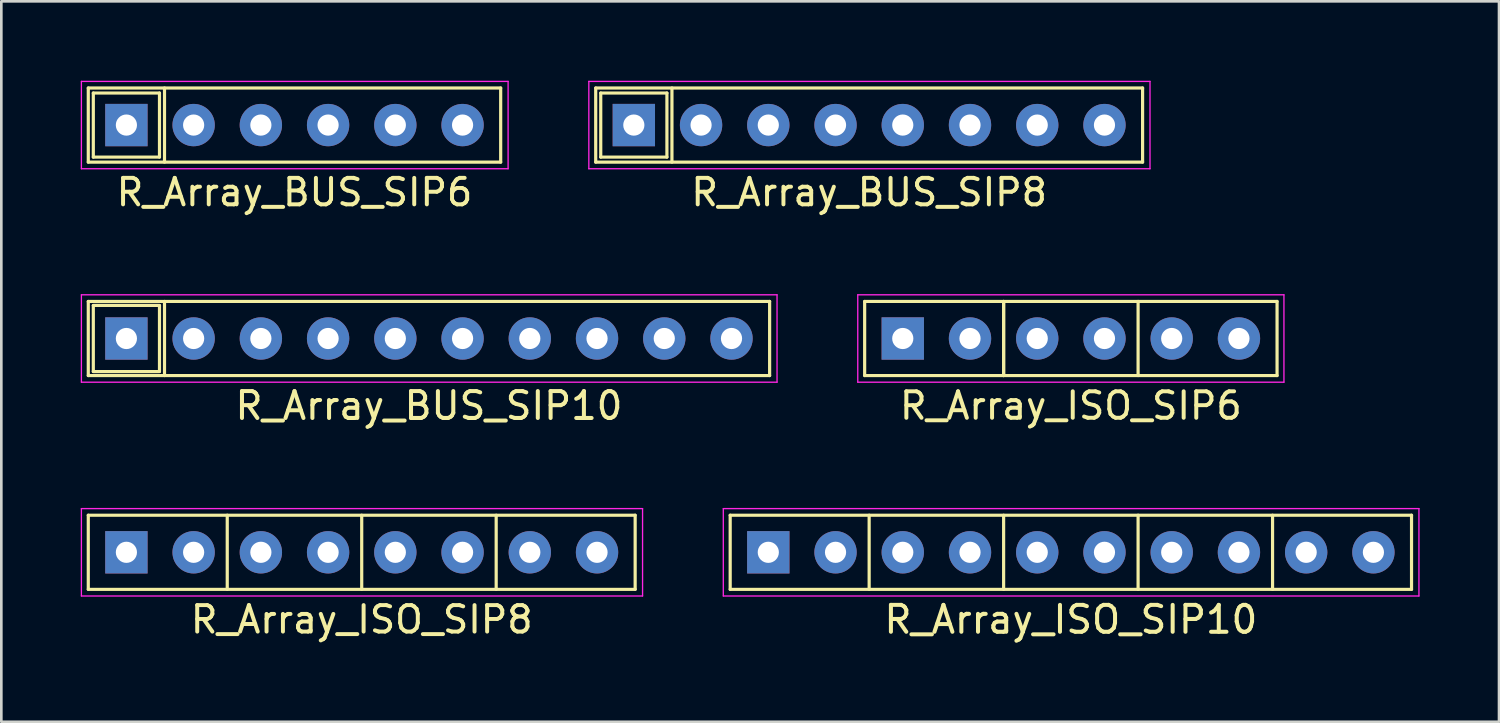
<source format=kicad_pcb>
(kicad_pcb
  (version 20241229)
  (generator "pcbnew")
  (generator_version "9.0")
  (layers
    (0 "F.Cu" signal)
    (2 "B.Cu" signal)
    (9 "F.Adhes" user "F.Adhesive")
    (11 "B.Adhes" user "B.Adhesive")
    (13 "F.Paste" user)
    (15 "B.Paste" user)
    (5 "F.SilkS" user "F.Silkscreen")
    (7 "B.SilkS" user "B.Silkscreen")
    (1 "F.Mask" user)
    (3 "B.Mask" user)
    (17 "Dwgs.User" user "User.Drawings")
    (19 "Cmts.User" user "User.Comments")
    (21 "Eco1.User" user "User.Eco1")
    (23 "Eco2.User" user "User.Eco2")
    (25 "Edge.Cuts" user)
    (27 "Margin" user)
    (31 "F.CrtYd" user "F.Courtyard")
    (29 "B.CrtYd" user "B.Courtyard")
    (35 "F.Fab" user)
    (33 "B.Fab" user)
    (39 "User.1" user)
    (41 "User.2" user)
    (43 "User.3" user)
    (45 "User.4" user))
  (footprint "R_Array_ISO_SIP6"
    (layer "F.Cu")
    (at 37.405 9.738)
    (property "Reference" "R_Array_ISO_SIP6" (at 0 2.54 0) (layer "F.SilkS") (effects (font (size 1 1) (thickness 0.15))))
    (attr through_hole)
    (fp_line (start -7.79 -1.4) (end -7.79 1.4) (stroke (width 0.12) (type solid)) (layer "F.SilkS"))
    (fp_line (start -7.79 1.4) (end 7.79 1.4) (stroke (width 0.12) (type solid)) (layer "F.SilkS"))
    (fp_line (start -2.54 -1.4) (end -2.54 1.4) (stroke (width 0.12) (type solid)) (layer "F.SilkS"))
    (fp_line (start -2.54 -1.4) (end -2.54 1.4) (stroke (width 0.12) (type solid)) (layer "F.SilkS"))
    (fp_line (start 2.54 -1.4) (end 2.54 1.4) (stroke (width 0.12) (type solid)) (layer "F.SilkS"))
    (fp_line (start 7.79 -1.4) (end -7.79 -1.4) (stroke (width 0.12) (type solid)) (layer "F.SilkS"))
    (fp_line (start 7.79 1.4) (end 7.79 -1.4) (stroke (width 0.12) (type solid)) (layer "F.SilkS"))
    (fp_line (start -8.05 -1.65) (end -8.05 1.65) (stroke (width 0.05) (type solid)) (layer "F.CrtYd"))
    (fp_line (start -8.05 1.65) (end 8.05 1.65) (stroke (width 0.05) (type solid)) (layer "F.CrtYd"))
    (fp_line (start 8.05 -1.65) (end -8.05 -1.65) (stroke (width 0.05) (type solid)) (layer "F.CrtYd"))
    (fp_line (start 8.05 1.65) (end 8.05 -1.65) (stroke (width 0.05) (type solid)) (layer "F.CrtYd"))
    (pad "1" thru_hole rect (at -6.35 0) (size 1.6 1.6) (drill 0.8) (layers "*.Cu" "*.Mask"))
    (pad "2" thru_hole oval (at -3.81 0) (size 1.6 1.6) (drill 0.8) (layers "*.Cu" "*.Mask"))
    (pad "3" thru_hole oval (at -1.27 0) (size 1.6 1.6) (drill 0.8) (layers "*.Cu" "*.Mask"))
    (pad "4" thru_hole oval (at 1.27 0) (size 1.6 1.6) (drill 0.8) (layers "*.Cu" "*.Mask"))
    (pad "5" thru_hole oval (at 3.81 0) (size 1.6 1.6) (drill 0.8) (layers "*.Cu" "*.Mask"))
    (pad "6" thru_hole oval (at 6.35 0) (size 1.6 1.6) (drill 0.8) (layers "*.Cu" "*.Mask")))
  (footprint "R_Array_ISO_SIP8"
    (layer "F.Cu")
    (at 10.615 17.815)
    (property "Reference" "R_Array_ISO_SIP8" (at 0 2.54 0) (layer "F.SilkS") (effects (font (size 1 1) (thickness 0.15))))
    (attr through_hole)
    (fp_line (start -10.33 -1.4) (end -10.33 1.4) (stroke (width 0.12) (type solid)) (layer "F.SilkS"))
    (fp_line (start -10.33 1.4) (end 10.33 1.4) (stroke (width 0.12) (type solid)) (layer "F.SilkS"))
    (fp_line (start -5.08 -1.4) (end -5.08 1.4) (stroke (width 0.12) (type solid)) (layer "F.SilkS"))
    (fp_line (start 0 1.4) (end 0 -1.4) (stroke (width 0.12) (type solid)) (layer "F.SilkS"))
    (fp_line (start 5.08 -1.4) (end 5.08 1.4) (stroke (width 0.12) (type solid)) (layer "F.SilkS"))
    (fp_line (start 10.33 -1.4) (end -10.33 -1.4) (stroke (width 0.12) (type solid)) (layer "F.SilkS"))
    (fp_line (start 10.33 1.4) (end 10.33 -1.4) (stroke (width 0.12) (type solid)) (layer "F.SilkS"))
    (fp_line (start -10.59 -1.65) (end -10.59 1.65) (stroke (width 0.05) (type solid)) (layer "F.CrtYd"))
    (fp_line (start -10.59 1.65) (end 10.61 1.65) (stroke (width 0.05) (type solid)) (layer "F.CrtYd"))
    (fp_line (start 10.61 -1.65) (end -10.59 -1.65) (stroke (width 0.05) (type solid)) (layer "F.CrtYd"))
    (fp_line (start 10.61 1.65) (end 10.61 -1.65) (stroke (width 0.05) (type solid)) (layer "F.CrtYd"))
    (pad "1" thru_hole rect (at -8.89 0) (size 1.6 1.6) (drill 0.8) (layers "*.Cu" "*.Mask"))
    (pad "2" thru_hole oval (at -6.35 0) (size 1.6 1.6) (drill 0.8) (layers "*.Cu" "*.Mask"))
    (pad "3" thru_hole oval (at -3.81 0) (size 1.6 1.6) (drill 0.8) (layers "*.Cu" "*.Mask"))
    (pad "4" thru_hole oval (at -1.27 0) (size 1.6 1.6) (drill 0.8) (layers "*.Cu" "*.Mask"))
    (pad "5" thru_hole oval (at 1.27 0) (size 1.6 1.6) (drill 0.8) (layers "*.Cu" "*.Mask"))
    (pad "6" thru_hole oval (at 3.81 0) (size 1.6 1.6) (drill 0.8) (layers "*.Cu" "*.Mask"))
    (pad "7" thru_hole oval (at 6.35 0) (size 1.6 1.6) (drill 0.8) (layers "*.Cu" "*.Mask"))
    (pad "8" thru_hole oval (at 8.89 0) (size 1.6 1.6) (drill 0.8) (layers "*.Cu" "*.Mask")))
  (footprint "R_Array_BUS_SIP8"
    (layer "F.Cu")
    (at 29.785 1.675)
    (property "Reference" "R_Array_BUS_SIP8" (at 0 2.54 0) (layer "F.SilkS") (effects (font (size 1 1) (thickness 0.15))))
    (attr through_hole)
    (fp_line (start -10.33 -1.4) (end -10.33 1.4) (stroke (width 0.12) (type solid)) (layer "F.SilkS"))
    (fp_line (start -10.33 1.4) (end 10.33 1.4) (stroke (width 0.12) (type solid)) (layer "F.SilkS"))
    (fp_line (start -10.14 -1.21) (end -7.64 -1.21) (stroke (width 0.12) (type solid)) (layer "F.SilkS"))
    (fp_line (start -10.14 1.21) (end -10.14 -1.21) (stroke (width 0.12) (type solid)) (layer "F.SilkS"))
    (fp_line (start -7.64 -1.21) (end -7.64 1.21) (stroke (width 0.12) (type solid)) (layer "F.SilkS"))
    (fp_line (start -7.64 1.21) (end -10.14 1.21) (stroke (width 0.12) (type solid)) (layer "F.SilkS"))
    (fp_line (start -7.45 -1.4) (end -7.45 1.4) (stroke (width 0.12) (type solid)) (layer "F.SilkS"))
    (fp_line (start 10.33 -1.4) (end -10.33 -1.4) (stroke (width 0.12) (type solid)) (layer "F.SilkS"))
    (fp_line (start 10.33 1.4) (end 10.33 -1.4) (stroke (width 0.12) (type solid)) (layer "F.SilkS"))
    (fp_line (start -10.59 -1.65) (end -10.59 1.65) (stroke (width 0.05) (type solid)) (layer "F.CrtYd"))
    (fp_line (start -10.59 1.65) (end 10.61 1.65) (stroke (width 0.05) (type solid)) (layer "F.CrtYd"))
    (fp_line (start 10.61 -1.65) (end -10.59 -1.65) (stroke (width 0.05) (type solid)) (layer "F.CrtYd"))
    (fp_line (start 10.61 1.65) (end 10.61 -1.65) (stroke (width 0.05) (type solid)) (layer "F.CrtYd"))
    (pad "1" thru_hole rect (at -8.89 0) (size 1.6 1.6) (drill 0.8) (layers "*.Cu" "*.Mask"))
    (pad "2" thru_hole oval (at -6.35 0) (size 1.6 1.6) (drill 0.8) (layers "*.Cu" "*.Mask"))
    (pad "3" thru_hole oval (at -3.81 0) (size 1.6 1.6) (drill 0.8) (layers "*.Cu" "*.Mask"))
    (pad "4" thru_hole oval (at -1.27 0) (size 1.6 1.6) (drill 0.8) (layers "*.Cu" "*.Mask"))
    (pad "5" thru_hole oval (at 1.27 0) (size 1.6 1.6) (drill 0.8) (layers "*.Cu" "*.Mask"))
    (pad "6" thru_hole oval (at 3.81 0) (size 1.6 1.6) (drill 0.8) (layers "*.Cu" "*.Mask"))
    (pad "7" thru_hole oval (at 6.35 0) (size 1.6 1.6) (drill 0.8) (layers "*.Cu" "*.Mask"))
    (pad "8" thru_hole oval (at 8.89 0) (size 1.6 1.6) (drill 0.8) (layers "*.Cu" "*.Mask")))
  (footprint "R_Array_ISO_SIP10"
    (layer "F.Cu")
    (at 37.405 17.815)
    (property "Reference" "R_Array_ISO_SIP10" (at 0 2.54 0) (layer "F.SilkS") (effects (font (size 1.016 1.016) (thickness 0.152))))
    (attr through_hole)
    (fp_line (start -12.87 -1.4) (end -12.87 1.4) (stroke (width 0.12) (type solid)) (layer "F.SilkS"))
    (fp_line (start -12.87 1.4) (end 12.87 1.4) (stroke (width 0.12) (type solid)) (layer "F.SilkS"))
    (fp_line (start -7.62 -1.4) (end -7.62 1.4) (stroke (width 0.12) (type solid)) (layer "F.SilkS"))
    (fp_line (start -2.54 -1.4) (end -2.54 1.4) (stroke (width 0.12) (type solid)) (layer "F.SilkS"))
    (fp_line (start 2.54 -1.4) (end 2.54 1.4) (stroke (width 0.12) (type solid)) (layer "F.SilkS"))
    (fp_line (start 7.62 -1.4) (end 7.62 1.4) (stroke (width 0.12) (type solid)) (layer "F.SilkS"))
    (fp_line (start 12.87 -1.4) (end -12.87 -1.4) (stroke (width 0.12) (type solid)) (layer "F.SilkS"))
    (fp_line (start 12.87 1.4) (end 12.87 -1.4) (stroke (width 0.12) (type solid)) (layer "F.SilkS"))
    (fp_line (start -13.13 -1.65) (end -13.13 1.65) (stroke (width 0.05) (type solid)) (layer "F.CrtYd"))
    (fp_line (start -13.13 1.65) (end 13.15 1.65) (stroke (width 0.05) (type solid)) (layer "F.CrtYd"))
    (fp_line (start 13.15 -1.65) (end -13.13 -1.65) (stroke (width 0.05) (type solid)) (layer "F.CrtYd"))
    (fp_line (start 13.15 1.65) (end 13.15 -1.65) (stroke (width 0.05) (type solid)) (layer "F.CrtYd"))
    (pad "1" thru_hole rect (at -11.43 0) (size 1.6 1.6) (drill 0.8) (layers "*.Cu" "*.Mask"))
    (pad "2" thru_hole oval (at -8.89 0) (size 1.6 1.6) (drill 0.8) (layers "*.Cu" "*.Mask"))
    (pad "3" thru_hole oval (at -6.35 0) (size 1.6 1.6) (drill 0.8) (layers "*.Cu" "*.Mask"))
    (pad "4" thru_hole oval (at -3.81 0) (size 1.6 1.6) (drill 0.8) (layers "*.Cu" "*.Mask"))
    (pad "5" thru_hole oval (at -1.27 0) (size 1.6 1.6) (drill 0.8) (layers "*.Cu" "*.Mask"))
    (pad "6" thru_hole oval (at 1.27 0) (size 1.6 1.6) (drill 0.8) (layers "*.Cu" "*.Mask"))
    (pad "7" thru_hole oval (at 3.81 0) (size 1.6 1.6) (drill 0.8) (layers "*.Cu" "*.Mask"))
    (pad "8" thru_hole oval (at 6.35 0) (size 1.6 1.6) (drill 0.8) (layers "*.Cu" "*.Mask"))
    (pad "9" thru_hole oval (at 8.89 0) (size 1.6 1.6) (drill 0.8) (layers "*.Cu" "*.Mask"))
    (pad "10" thru_hole oval (at 11.43 0) (size 1.6 1.6) (drill 0.8) (layers "*.Cu" "*.Mask")))
  (footprint "R_Array_BUS_SIP6"
    (layer "F.Cu")
    (at 8.075 1.675)
    (property "Reference" "R_Array_BUS_SIP6" (at 0 2.54 0) (layer "F.SilkS") (effects (font (size 1 1) (thickness 0.15))))
    (attr through_hole)
    (fp_line (start -7.79 -1.4) (end -7.79 1.4) (stroke (width 0.12) (type solid)) (layer "F.SilkS"))
    (fp_line (start -7.79 1.4) (end 7.79 1.4) (stroke (width 0.12) (type solid)) (layer "F.SilkS"))
    (fp_line (start -7.6 -1.21) (end -5.1 -1.21) (stroke (width 0.12) (type solid)) (layer "F.SilkS"))
    (fp_line (start -7.6 1.21) (end -7.6 -1.21) (stroke (width 0.12) (type solid)) (layer "F.SilkS"))
    (fp_line (start -5.1 -1.21) (end -5.1 1.21) (stroke (width 0.12) (type solid)) (layer "F.SilkS"))
    (fp_line (start -5.1 1.21) (end -7.6 1.21) (stroke (width 0.12) (type solid)) (layer "F.SilkS"))
    (fp_line (start -4.91 -1.4) (end -4.91 1.4) (stroke (width 0.12) (type solid)) (layer "F.SilkS"))
    (fp_line (start 7.79 -1.4) (end -7.79 -1.4) (stroke (width 0.12) (type solid)) (layer "F.SilkS"))
    (fp_line (start 7.79 1.4) (end 7.79 -1.4) (stroke (width 0.12) (type solid)) (layer "F.SilkS"))
    (fp_line (start -8.05 -1.65) (end -8.05 1.65) (stroke (width 0.05) (type solid)) (layer "F.CrtYd"))
    (fp_line (start -8.05 1.65) (end 8.07 1.65) (stroke (width 0.05) (type solid)) (layer "F.CrtYd"))
    (fp_line (start 8.07 -1.65) (end -8.05 -1.65) (stroke (width 0.05) (type solid)) (layer "F.CrtYd"))
    (fp_line (start 8.07 1.65) (end 8.07 -1.65) (stroke (width 0.05) (type solid)) (layer "F.CrtYd"))
    (pad "1" thru_hole rect (at -6.35 0) (size 1.6 1.6) (drill 0.8) (layers "*.Cu" "*.Mask"))
    (pad "2" thru_hole oval (at -3.81 0) (size 1.6 1.6) (drill 0.8) (layers "*.Cu" "*.Mask"))
    (pad "3" thru_hole oval (at -1.27 0) (size 1.6 1.6) (drill 0.8) (layers "*.Cu" "*.Mask"))
    (pad "4" thru_hole oval (at 1.27 0) (size 1.6 1.6) (drill 0.8) (layers "*.Cu" "*.Mask"))
    (pad "5" thru_hole oval (at 3.81 0) (size 1.6 1.6) (drill 0.8) (layers "*.Cu" "*.Mask"))
    (pad "6" thru_hole oval (at 6.35 0) (size 1.6 1.6) (drill 0.8) (layers "*.Cu" "*.Mask")))
  (footprint "R_Array_BUS_SIP10"
    (layer "F.Cu")
    (at 13.155 9.738)
    (property "Reference" "R_Array_BUS_SIP10" (at 0 2.54 0) (layer "F.SilkS") (effects (font (size 1.016 1.016) (thickness 0.152))))
    (attr through_hole)
    (fp_line (start -12.87 -1.4) (end -12.87 1.4) (stroke (width 0.12) (type solid)) (layer "F.SilkS"))
    (fp_line (start -12.87 1.4) (end 12.87 1.4) (stroke (width 0.12) (type solid)) (layer "F.SilkS"))
    (fp_line (start -12.68 -1.25) (end -10.18 -1.25) (stroke (width 0.12) (type solid)) (layer "F.SilkS"))
    (fp_line (start -12.68 1.245) (end -12.68 -1.245) (stroke (width 0.12) (type solid)) (layer "F.SilkS"))
    (fp_line (start -10.18 -1.245) (end -10.18 1.245) (stroke (width 0.12) (type solid)) (layer "F.SilkS"))
    (fp_line (start -10.18 1.25) (end -12.68 1.25) (stroke (width 0.12) (type solid)) (layer "F.SilkS"))
    (fp_line (start -9.99 -1.4) (end -9.99 1.4) (stroke (width 0.12) (type solid)) (layer "F.SilkS"))
    (fp_line (start 12.87 -1.4) (end -12.87 -1.4) (stroke (width 0.12) (type solid)) (layer "F.SilkS"))
    (fp_line (start 12.87 1.4) (end 12.87 -1.4) (stroke (width 0.12) (type solid)) (layer "F.SilkS"))
    (fp_line (start -13.13 -1.65) (end -13.13 1.65) (stroke (width 0.05) (type solid)) (layer "F.CrtYd"))
    (fp_line (start -13.13 1.65) (end 13.15 1.65) (stroke (width 0.05) (type solid)) (layer "F.CrtYd"))
    (fp_line (start 13.15 -1.65) (end -13.13 -1.65) (stroke (width 0.05) (type solid)) (layer "F.CrtYd"))
    (fp_line (start 13.15 1.65) (end 13.15 -1.65) (stroke (width 0.05) (type solid)) (layer "F.CrtYd"))
    (pad "1" thru_hole rect (at -11.43 0) (size 1.6 1.6) (drill 0.8) (layers "*.Cu" "*.Mask"))
    (pad "2" thru_hole oval (at -8.89 0) (size 1.6 1.6) (drill 0.8) (layers "*.Cu" "*.Mask"))
    (pad "3" thru_hole oval (at -6.35 0) (size 1.6 1.6) (drill 0.8) (layers "*.Cu" "*.Mask"))
    (pad "4" thru_hole oval (at -3.81 0) (size 1.6 1.6) (drill 0.8) (layers "*.Cu" "*.Mask"))
    (pad "5" thru_hole oval (at -1.27 0) (size 1.6 1.6) (drill 0.8) (layers "*.Cu" "*.Mask"))
    (pad "6" thru_hole oval (at 1.27 0) (size 1.6 1.6) (drill 0.8) (layers "*.Cu" "*.Mask"))
    (pad "7" thru_hole oval (at 3.81 0) (size 1.6 1.6) (drill 0.8) (layers "*.Cu" "*.Mask"))
    (pad "8" thru_hole oval (at 6.35 0) (size 1.6 1.6) (drill 0.8) (layers "*.Cu" "*.Mask"))
    (pad "9" thru_hole oval (at 8.89 0) (size 1.6 1.6) (drill 0.8) (layers "*.Cu" "*.Mask"))
    (pad "10" thru_hole oval (at 11.43 0) (size 1.6 1.6) (drill 0.8) (layers "*.Cu" "*.Mask")))
  (gr_rect
    (start -3 -3)
    (end 53.58 24.217)
    (stroke (width 0.1) (type default))
    (fill no)
    (layer "Edge.Cuts")))
</source>
